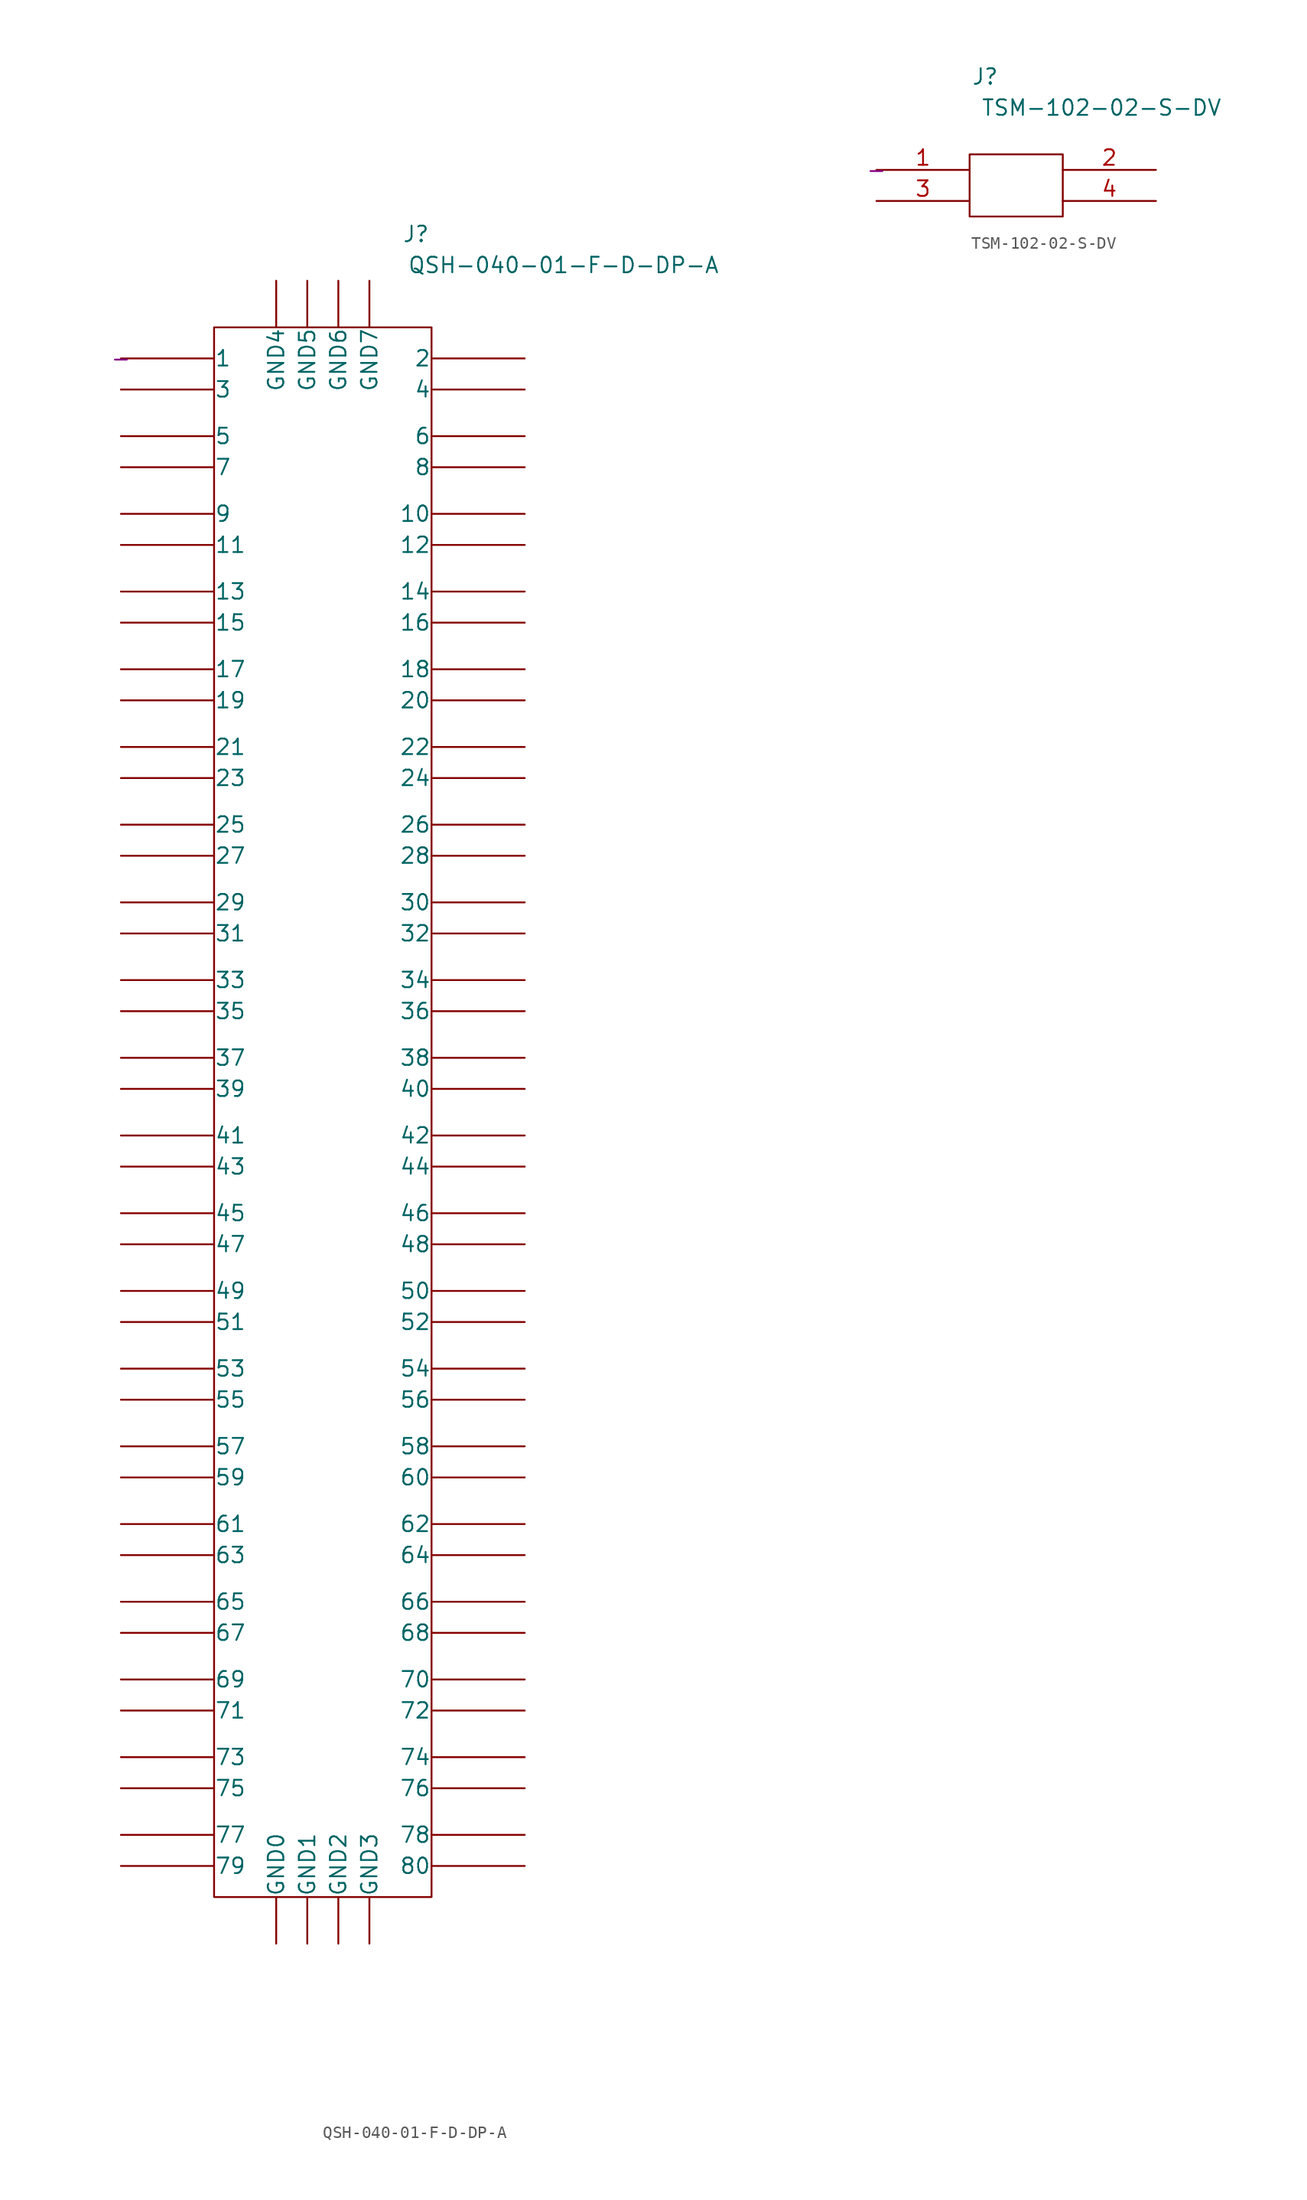
<source format=kicad_sym>
(kicad_symbol_lib
  (version 20220914)
  (generator kicad_symbol_editor)
  (symbol "QSH-040-01-F-D-DP-A"
    (pin_numbers hide)
    (pin_names
      (offset 0.025))
    (property "Reference" "J"
      (at 24.13 10.16 0)
      (effects (font (size 1.27 1.27))))
    (property "Value" "QSH-040-01-F-D-DP-A"
      (at 36.195 7.62 0)
      (effects (font (size 1.27 1.27))))
    (property "Datasheet" ""
      (at 0 0 0)
      (effects (font (size 1.27 1.27))))
    (property "Desc1" "-"
      (at 0 0 0)
      (effects (font (size 1.27 1.27))))
    (symbol "QSH-040-01-F-D-DP-A_0_1"
      (rectangle (start 7.62 2.54) (end 25.4 -125.73) (stroke (width 0) (type default)) (fill (type none))))
    (symbol "QSH-040-01-F-D-DP-A_1_1"
      (pin passive line (at 0 0 0) (length 7.62) (name "1" (effects (font (size 1.27 1.27)))) (number "1" (effects (font (size 1.27 1.27)))))
      (pin passive line (at 33.02 -12.7 180) (length 7.62) (name "10" (effects (font (size 1.27 1.27)))) (number "10" (effects (font (size 1.27 1.27)))))
      (pin passive line (at 0 -15.24 0) (length 7.62) (name "11" (effects (font (size 1.27 1.27)))) (number "11" (effects (font (size 1.27 1.27)))))
      (pin passive line (at 33.02 -15.24 180) (length 7.62) (name "12" (effects (font (size 1.27 1.27)))) (number "12" (effects (font (size 1.27 1.27)))))
      (pin passive line (at 0 -19.05 0) (length 7.62) (name "13" (effects (font (size 1.27 1.27)))) (number "13" (effects (font (size 1.27 1.27)))))
      (pin passive line (at 33.02 -19.05 180) (length 7.62) (name "14" (effects (font (size 1.27 1.27)))) (number "14" (effects (font (size 1.27 1.27)))))
      (pin passive line (at 0 -21.59 0) (length 7.62) (name "15" (effects (font (size 1.27 1.27)))) (number "15" (effects (font (size 1.27 1.27)))))
      (pin passive line (at 33.02 -21.59 180) (length 7.62) (name "16" (effects (font (size 1.27 1.27)))) (number "16" (effects (font (size 1.27 1.27)))))
      (pin passive line (at 0 -25.4 0) (length 7.62) (name "17" (effects (font (size 1.27 1.27)))) (number "17" (effects (font (size 1.27 1.27)))))
      (pin passive line (at 33.02 -25.4 180) (length 7.62) (name "18" (effects (font (size 1.27 1.27)))) (number "18" (effects (font (size 1.27 1.27)))))
      (pin passive line (at 0 -27.94 0) (length 7.62) (name "19" (effects (font (size 1.27 1.27)))) (number "19" (effects (font (size 1.27 1.27)))))
      (pin passive line (at 33.02 0 180) (length 7.62) (name "2" (effects (font (size 1.27 1.27)))) (number "2" (effects (font (size 1.27 1.27)))))
      (pin passive line (at 33.02 -27.94 180) (length 7.62) (name "20" (effects (font (size 1.27 1.27)))) (number "20" (effects (font (size 1.27 1.27)))))
      (pin passive line (at 0 -31.75 0) (length 7.62) (name "21" (effects (font (size 1.27 1.27)))) (number "21" (effects (font (size 1.27 1.27)))))
      (pin passive line (at 33.02 -31.75 180) (length 7.62) (name "22" (effects (font (size 1.27 1.27)))) (number "22" (effects (font (size 1.27 1.27)))))
      (pin passive line (at 0 -34.29 0) (length 7.62) (name "23" (effects (font (size 1.27 1.27)))) (number "23" (effects (font (size 1.27 1.27)))))
      (pin passive line (at 33.02 -34.29 180) (length 7.62) (name "24" (effects (font (size 1.27 1.27)))) (number "24" (effects (font (size 1.27 1.27)))))
      (pin passive line (at 0 -38.1 0) (length 7.62) (name "25" (effects (font (size 1.27 1.27)))) (number "25" (effects (font (size 1.27 1.27)))))
      (pin passive line (at 33.02 -38.1 180) (length 7.62) (name "26" (effects (font (size 1.27 1.27)))) (number "26" (effects (font (size 1.27 1.27)))))
      (pin passive line (at 0 -40.64 0) (length 7.62) (name "27" (effects (font (size 1.27 1.27)))) (number "27" (effects (font (size 1.27 1.27)))))
      (pin passive line (at 33.02 -40.64 180) (length 7.62) (name "28" (effects (font (size 1.27 1.27)))) (number "28" (effects (font (size 1.27 1.27)))))
      (pin passive line (at 0 -44.45 0) (length 7.62) (name "29" (effects (font (size 1.27 1.27)))) (number "29" (effects (font (size 1.27 1.27)))))
      (pin passive line (at 0 -2.54 0) (length 7.62) (name "3" (effects (font (size 1.27 1.27)))) (number "3" (effects (font (size 1.27 1.27)))))
      (pin passive line (at 33.02 -44.45 180) (length 7.62) (name "30" (effects (font (size 1.27 1.27)))) (number "30" (effects (font (size 1.27 1.27)))))
      (pin passive line (at 0 -46.99 0) (length 7.62) (name "31" (effects (font (size 1.27 1.27)))) (number "31" (effects (font (size 1.27 1.27)))))
      (pin passive line (at 33.02 -46.99 180) (length 7.62) (name "32" (effects (font (size 1.27 1.27)))) (number "32" (effects (font (size 1.27 1.27)))))
      (pin passive line (at 0 -50.8 0) (length 7.62) (name "33" (effects (font (size 1.27 1.27)))) (number "33" (effects (font (size 1.27 1.27)))))
      (pin passive line (at 33.02 -50.8 180) (length 7.62) (name "34" (effects (font (size 1.27 1.27)))) (number "34" (effects (font (size 1.27 1.27)))))
      (pin passive line (at 0 -53.34 0) (length 7.62) (name "35" (effects (font (size 1.27 1.27)))) (number "35" (effects (font (size 1.27 1.27)))))
      (pin passive line (at 33.02 -53.34 180) (length 7.62) (name "36" (effects (font (size 1.27 1.27)))) (number "36" (effects (font (size 1.27 1.27)))))
      (pin passive line (at 0 -57.15 0) (length 7.62) (name "37" (effects (font (size 1.27 1.27)))) (number "37" (effects (font (size 1.27 1.27)))))
      (pin passive line (at 33.02 -57.15 180) (length 7.62) (name "38" (effects (font (size 1.27 1.27)))) (number "38" (effects (font (size 1.27 1.27)))))
      (pin passive line (at 0 -59.69 0) (length 7.62) (name "39" (effects (font (size 1.27 1.27)))) (number "39" (effects (font (size 1.27 1.27)))))
      (pin passive line (at 33.02 -2.54 180) (length 7.62) (name "4" (effects (font (size 1.27 1.27)))) (number "4" (effects (font (size 1.27 1.27)))))
      (pin passive line (at 33.02 -59.69 180) (length 7.62) (name "40" (effects (font (size 1.27 1.27)))) (number "40" (effects (font (size 1.27 1.27)))))
      (pin passive line (at 0 -63.5 0) (length 7.62) (name "41" (effects (font (size 1.27 1.27)))) (number "41" (effects (font (size 1.27 1.27)))))
      (pin passive line (at 33.02 -63.5 180) (length 7.62) (name "42" (effects (font (size 1.27 1.27)))) (number "42" (effects (font (size 1.27 1.27)))))
      (pin passive line (at 0 -66.04 0) (length 7.62) (name "43" (effects (font (size 1.27 1.27)))) (number "43" (effects (font (size 1.27 1.27)))))
      (pin passive line (at 33.02 -66.04 180) (length 7.62) (name "44" (effects (font (size 1.27 1.27)))) (number "44" (effects (font (size 1.27 1.27)))))
      (pin passive line (at 0 -69.85 0) (length 7.62) (name "45" (effects (font (size 1.27 1.27)))) (number "45" (effects (font (size 1.27 1.27)))))
      (pin passive line (at 33.02 -69.85 180) (length 7.62) (name "46" (effects (font (size 1.27 1.27)))) (number "46" (effects (font (size 1.27 1.27)))))
      (pin passive line (at 0 -72.39 0) (length 7.62) (name "47" (effects (font (size 1.27 1.27)))) (number "47" (effects (font (size 1.27 1.27)))))
      (pin passive line (at 33.02 -72.39 180) (length 7.62) (name "48" (effects (font (size 1.27 1.27)))) (number "48" (effects (font (size 1.27 1.27)))))
      (pin passive line (at 0 -76.2 0) (length 7.62) (name "49" (effects (font (size 1.27 1.27)))) (number "49" (effects (font (size 1.27 1.27)))))
      (pin passive line (at 0 -6.35 0) (length 7.62) (name "5" (effects (font (size 1.27 1.27)))) (number "5" (effects (font (size 1.27 1.27)))))
      (pin passive line (at 33.02 -76.2 180) (length 7.62) (name "50" (effects (font (size 1.27 1.27)))) (number "50" (effects (font (size 1.27 1.27)))))
      (pin passive line (at 0 -78.74 0) (length 7.62) (name "51" (effects (font (size 1.27 1.27)))) (number "51" (effects (font (size 1.27 1.27)))))
      (pin passive line (at 33.02 -78.74 180) (length 7.62) (name "52" (effects (font (size 1.27 1.27)))) (number "52" (effects (font (size 1.27 1.27)))))
      (pin passive line (at 0 -82.55 0) (length 7.62) (name "53" (effects (font (size 1.27 1.27)))) (number "53" (effects (font (size 1.27 1.27)))))
      (pin passive line (at 33.02 -82.55 180) (length 7.62) (name "54" (effects (font (size 1.27 1.27)))) (number "54" (effects (font (size 1.27 1.27)))))
      (pin passive line (at 0 -85.09 0) (length 7.62) (name "55" (effects (font (size 1.27 1.27)))) (number "55" (effects (font (size 1.27 1.27)))))
      (pin passive line (at 33.02 -85.09 180) (length 7.62) (name "56" (effects (font (size 1.27 1.27)))) (number "56" (effects (font (size 1.27 1.27)))))
      (pin passive line (at 0 -88.9 0) (length 7.62) (name "57" (effects (font (size 1.27 1.27)))) (number "57" (effects (font (size 1.27 1.27)))))
      (pin passive line (at 33.02 -88.9 180) (length 7.62) (name "58" (effects (font (size 1.27 1.27)))) (number "58" (effects (font (size 1.27 1.27)))))
      (pin passive line (at 0 -91.44 0) (length 7.62) (name "59" (effects (font (size 1.27 1.27)))) (number "59" (effects (font (size 1.27 1.27)))))
      (pin passive line (at 33.02 -6.35 180) (length 7.62) (name "6" (effects (font (size 1.27 1.27)))) (number "6" (effects (font (size 1.27 1.27)))))
      (pin passive line (at 33.02 -91.44 180) (length 7.62) (name "60" (effects (font (size 1.27 1.27)))) (number "60" (effects (font (size 1.27 1.27)))))
      (pin passive line (at 0 -95.25 0) (length 7.62) (name "61" (effects (font (size 1.27 1.27)))) (number "61" (effects (font (size 1.27 1.27)))))
      (pin passive line (at 33.02 -95.25 180) (length 7.62) (name "62" (effects (font (size 1.27 1.27)))) (number "62" (effects (font (size 1.27 1.27)))))
      (pin passive line (at 0 -97.79 0) (length 7.62) (name "63" (effects (font (size 1.27 1.27)))) (number "63" (effects (font (size 1.27 1.27)))))
      (pin passive line (at 33.02 -97.79 180) (length 7.62) (name "64" (effects (font (size 1.27 1.27)))) (number "64" (effects (font (size 1.27 1.27)))))
      (pin passive line (at 0 -101.6 0) (length 7.62) (name "65" (effects (font (size 1.27 1.27)))) (number "65" (effects (font (size 1.27 1.27)))))
      (pin passive line (at 33.02 -101.6 180) (length 7.62) (name "66" (effects (font (size 1.27 1.27)))) (number "66" (effects (font (size 1.27 1.27)))))
      (pin passive line (at 0 -104.14 0) (length 7.62) (name "67" (effects (font (size 1.27 1.27)))) (number "67" (effects (font (size 1.27 1.27)))))
      (pin passive line (at 33.02 -104.14 180) (length 7.62) (name "68" (effects (font (size 1.27 1.27)))) (number "68" (effects (font (size 1.27 1.27)))))
      (pin passive line (at 0 -107.95 0) (length 7.62) (name "69" (effects (font (size 1.27 1.27)))) (number "69" (effects (font (size 1.27 1.27)))))
      (pin passive line (at 0 -8.89 0) (length 7.62) (name "7" (effects (font (size 1.27 1.27)))) (number "7" (effects (font (size 1.27 1.27)))))
      (pin passive line (at 33.02 -107.95 180) (length 7.62) (name "70" (effects (font (size 1.27 1.27)))) (number "70" (effects (font (size 1.27 1.27)))))
      (pin passive line (at 0 -110.49 0) (length 7.62) (name "71" (effects (font (size 1.27 1.27)))) (number "71" (effects (font (size 1.27 1.27)))))
      (pin passive line (at 33.02 -110.49 180) (length 7.62) (name "72" (effects (font (size 1.27 1.27)))) (number "72" (effects (font (size 1.27 1.27)))))
      (pin passive line (at 0 -114.3 0) (length 7.62) (name "73" (effects (font (size 1.27 1.27)))) (number "73" (effects (font (size 1.27 1.27)))))
      (pin passive line (at 33.02 -114.3 180) (length 7.62) (name "74" (effects (font (size 1.27 1.27)))) (number "74" (effects (font (size 1.27 1.27)))))
      (pin passive line (at 0 -116.84 0) (length 7.62) (name "75" (effects (font (size 1.27 1.27)))) (number "75" (effects (font (size 1.27 1.27)))))
      (pin passive line (at 33.02 -116.84 180) (length 7.62) (name "76" (effects (font (size 1.27 1.27)))) (number "76" (effects (font (size 1.27 1.27)))))
      (pin passive line (at 0 -120.65 0) (length 7.62) (name "77" (effects (font (size 1.27 1.27)))) (number "77" (effects (font (size 1.27 1.27)))))
      (pin passive line (at 33.02 -120.65 180) (length 7.62) (name "78" (effects (font (size 1.27 1.27)))) (number "78" (effects (font (size 1.27 1.27)))))
      (pin passive line (at 0 -123.19 0) (length 7.62) (name "79" (effects (font (size 1.27 1.27)))) (number "79" (effects (font (size 1.27 1.27)))))
      (pin passive line (at 33.02 -8.89 180) (length 7.62) (name "8" (effects (font (size 1.27 1.27)))) (number "8" (effects (font (size 1.27 1.27)))))
      (pin passive line (at 33.02 -123.19 180) (length 7.62) (name "80" (effects (font (size 1.27 1.27)))) (number "80" (effects (font (size 1.27 1.27)))))
      (pin power_in line (at 12.7 -129.54 90) (length 3.81) (name "GND0" (effects (font (size 1.27 1.27)))) (number "81" (effects (font (size 1.27 1.27)))))
      (pin power_in line (at 15.24 -129.54 90) (length 3.81) (name "GND1" (effects (font (size 1.27 1.27)))) (number "82" (effects (font (size 1.27 1.27)))))
      (pin power_in line (at 17.78 -129.54 90) (length 3.81) (name "GND2" (effects (font (size 1.27 1.27)))) (number "83" (effects (font (size 1.27 1.27)))))
      (pin power_in line (at 20.32 -129.54 90) (length 3.81) (name "GND3" (effects (font (size 1.27 1.27)))) (number "84" (effects (font (size 1.27 1.27)))))
      (pin power_in line (at 12.7 6.35 270) (length 3.81) (name "GND4" (effects (font (size 1.27 1.27)))) (number "85" (effects (font (size 1.27 1.27)))))
      (pin power_in line (at 15.24 6.35 270) (length 3.81) (name "GND5" (effects (font (size 1.27 1.27)))) (number "86" (effects (font (size 1.27 1.27)))))
      (pin power_in line (at 17.78 6.35 270) (length 3.81) (name "GND6" (effects (font (size 1.27 1.27)))) (number "87" (effects (font (size 1.27 1.27)))))
      (pin power_in line (at 20.32 6.35 270) (length 3.81) (name "GND7" (effects (font (size 1.27 1.27)))) (number "88" (effects (font (size 1.27 1.27)))))
      (pin passive line (at 0 -12.7 0) (length 7.62) (name "9" (effects (font (size 1.27 1.27)))) (number "9" (effects (font (size 1.27 1.27)))))))
  (symbol "TSM-102-02-S-DV"
    (pin_names
      (offset 1.016) hide)
    (property "Reference" "J"
      (at 8.89 7.62 0)
      (effects (font (size 1.27 1.27))))
    (property "Value" "TSM-102-02-S-DV"
      (at 18.415 5.08 0)
      (effects (font (size 1.27 1.27))))
    (property "Datasheet" ""
      (at 0 0 0)
      (effects (font (size 1.27 1.27))))
    (property "Desc1" "-"
      (at 0 0 0)
      (effects (font (size 1.27 1.27))))
    (symbol "TSM-102-02-S-DV_0_1"
      (rectangle (start 7.62 1.27) (end 15.24 -3.81) (stroke (width 0) (type default)) (fill (type none))))
    (symbol "TSM-102-02-S-DV_1_1"
      (pin passive line (at 0 0 0) (length 7.62) (name "1" (effects (font (size 1.27 1.27)))) (number "1" (effects (font (size 1.27 1.27)))))
      (pin passive line (at 22.86 0 180) (length 7.62) (name "2" (effects (font (size 1.27 1.27)))) (number "2" (effects (font (size 1.27 1.27)))))
      (pin passive line (at 0 -2.54 0) (length 7.62) (name "3" (effects (font (size 1.27 1.27)))) (number "3" (effects (font (size 1.27 1.27)))))
      (pin passive line (at 22.86 -2.54 180) (length 7.62) (name "4" (effects (font (size 1.27 1.27)))) (number "4" (effects (font (size 1.27 1.27))))))))
</source>
